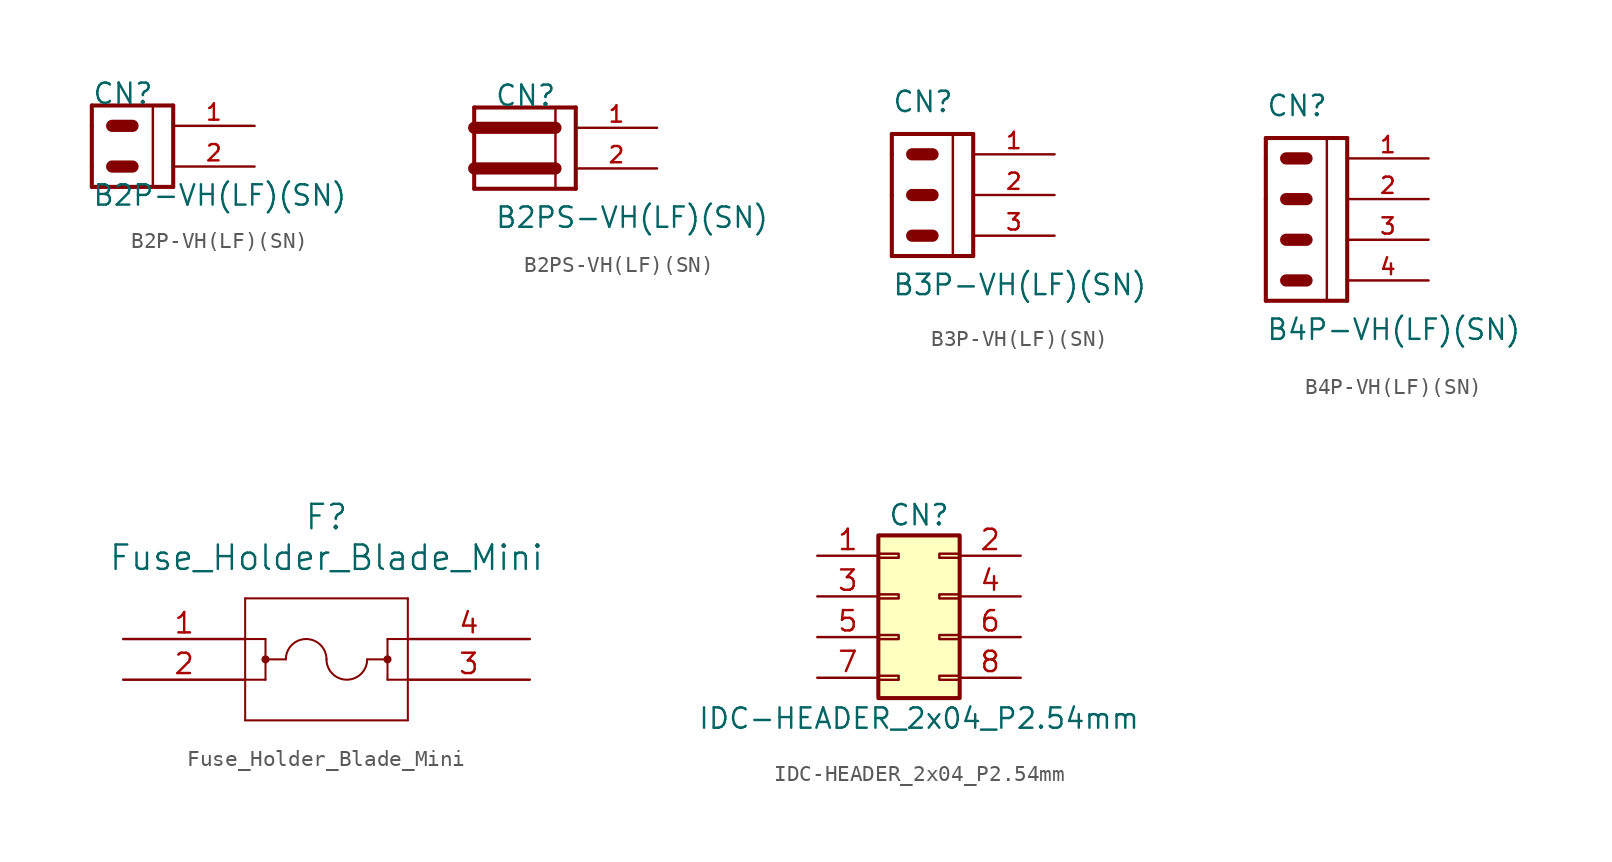
<source format=kicad_sym>
(kicad_symbol_lib
  (version 20231120)
  (generator "kicad_symbol_editor")
  (generator_version "8.0")
  (symbol "B2P-VH(LF)(SN)"
    (pin_names
      (offset 1.016) hide)
    (property "Reference" "CN"
      (at -2.54 2.54 0)
      (effects (font (size 1.27 1.27)) (justify left bottom)))
    (property "Value" "B2P-VH(LF)(SN)"
      (at -2.54 -3.81 0)
      (effects (font (size 1.27 1.27)) (justify left bottom)))
    (symbol "B2P-VH(LF)(SN)_0_0"
      (polyline (pts (xy -2.54 -2.54) (xy 2.54 -2.54)) (stroke (width 0.254) (type default)) (fill (type none)))
      (polyline (pts (xy -2.54 -1.27) (xy -2.54 -2.54)) (stroke (width 0.254) (type default)) (fill (type none)))
      (polyline (pts (xy -2.54 1.27) (xy -2.54 -1.27)) (stroke (width 0.254) (type default)) (fill (type none)))
      (polyline (pts (xy -2.54 2.54) (xy -2.54 1.27)) (stroke (width 0.254) (type default)) (fill (type none)))
      (polyline (pts (xy -1.27 -1.27) (xy 0 -1.27)) (stroke (width 0.762) (type default)) (fill (type none)))
      (polyline (pts (xy -1.27 1.27) (xy 0 1.27)) (stroke (width 0.762) (type default)) (fill (type none)))
      (polyline (pts (xy 2.54 -2.54) (xy 2.54 2.54)) (stroke (width 0.254) (type default)) (fill (type none)))
      (polyline (pts (xy 2.54 2.54) (xy -2.54 2.54)) (stroke (width 0.254) (type default)) (fill (type none)))
      (pin passive line (at 7.62 1.27 180) (length 5.08) (name "1" (effects (font (size 1.016 1.016)))) (number "1" (effects (font (size 1.016 1.016)))))
      (pin passive line (at 7.62 -1.27 180) (length 5.08) (name "2" (effects (font (size 1.016 1.016)))) (number "2" (effects (font (size 1.016 1.016))))))
    (symbol "B2P-VH(LF)(SN)_0_1"
      (polyline (pts (xy 1.27 2.54) (xy 1.27 -2.54)) (stroke (width 0) (type default)) (fill (type none)))))
  (symbol "B2PS-VH(LF)(SN)"
    (pin_names
      (offset 1.016) hide)
    (property "Reference" "CN"
      (at -2.54 2.54 0)
      (effects (font (size 1.27 1.27)) (justify left bottom)))
    (property "Value" "B2PS-VH(LF)(SN)"
      (at -2.54 -5.08 0)
      (effects (font (size 1.27 1.27)) (justify left bottom)))
    (symbol "B2PS-VH(LF)(SN)_0_0"
      (polyline (pts (xy -3.81 -2.54) (xy 2.54 -2.54)) (stroke (width 0.254) (type default)) (fill (type none)))
      (polyline (pts (xy -3.81 -1.27) (xy -3.81 -2.54)) (stroke (width 0.254) (type default)) (fill (type none)))
      (polyline (pts (xy -3.81 -1.27) (xy 1.27 -1.27)) (stroke (width 0.762) (type default)) (fill (type none)))
      (polyline (pts (xy -3.81 1.27) (xy -3.81 -1.27)) (stroke (width 0.254) (type default)) (fill (type none)))
      (polyline (pts (xy -3.81 1.27) (xy 1.27 1.27)) (stroke (width 0.762) (type default)) (fill (type none)))
      (polyline (pts (xy -3.81 2.54) (xy -3.81 1.27)) (stroke (width 0.254) (type default)) (fill (type none)))
      (polyline (pts (xy 2.54 -2.54) (xy 2.54 2.54)) (stroke (width 0.254) (type default)) (fill (type none)))
      (polyline (pts (xy 2.54 2.54) (xy -3.81 2.54)) (stroke (width 0.254) (type default)) (fill (type none)))
      (pin passive line (at 7.62 1.27 180) (length 5.08) (name "1" (effects (font (size 1.016 1.016)))) (number "1" (effects (font (size 1.016 1.016)))))
      (pin passive line (at 7.62 -1.27 180) (length 5.08) (name "2" (effects (font (size 1.016 1.016)))) (number "2" (effects (font (size 1.016 1.016))))))
    (symbol "B2PS-VH(LF)(SN)_0_1"
      (polyline (pts (xy 1.27 2.54) (xy 1.27 -2.54)) (stroke (width 0) (type default)) (fill (type none)))))
  (symbol "B3P-VH(LF)(SN)"
    (pin_names
      (offset 1.016) hide)
    (property "Reference" "CN"
      (at -2.54 3.81 0)
      (effects (font (size 1.27 1.27)) (justify left bottom)))
    (property "Value" "B3P-VH(LF)(SN)"
      (at -2.54 -7.62 0)
      (effects (font (size 1.27 1.27)) (justify left bottom)))
    (symbol "B3P-VH(LF)(SN)_0_0"
      (polyline (pts (xy -2.54 -1.27) (xy -2.54 -5.08)) (stroke (width 0.254) (type default)) (fill (type none)))
      (polyline (pts (xy -2.54 1.27) (xy -2.54 -1.27)) (stroke (width 0.254) (type default)) (fill (type none)))
      (polyline (pts (xy -2.54 2.54) (xy -2.54 1.27)) (stroke (width 0.254) (type default)) (fill (type none)))
      (polyline (pts (xy -1.27 -1.27) (xy 0 -1.27)) (stroke (width 0.762) (type default)) (fill (type none)))
      (polyline (pts (xy -1.27 1.27) (xy 0 1.27)) (stroke (width 0.762) (type default)) (fill (type none)))
      (polyline (pts (xy 2.54 -5.08) (xy 2.54 2.54)) (stroke (width 0.254) (type default)) (fill (type none)))
      (polyline (pts (xy 2.54 2.54) (xy -2.54 2.54)) (stroke (width 0.254) (type default)) (fill (type none)))
      (polyline (pts (xy -2.54 -5.08) (xy -1.27 -5.08) (xy 2.54 -5.08)) (stroke (width 0.254) (type default)) (fill (type none)))
      (pin passive line (at 7.62 1.27 180) (length 5.08) (name "1" (effects (font (size 1.016 1.016)))) (number "1" (effects (font (size 1.016 1.016)))))
      (pin passive line (at 7.62 -1.27 180) (length 5.08) (name "2" (effects (font (size 1.016 1.016)))) (number "2" (effects (font (size 1.016 1.016))))))
    (symbol "B3P-VH(LF)(SN)_0_1"
      (polyline (pts (xy 0 -3.81) (xy -1.27 -3.81)) (stroke (width 0.762) (type default)) (fill (type none)))
      (polyline (pts (xy 1.27 2.54) (xy 1.27 -5.08)) (stroke (width 0) (type default)) (fill (type none))))
    (symbol "B3P-VH(LF)(SN)_1_1"
      (pin passive line (at 7.62 -3.81 180) (length 5.08) (name "3" (effects (font (size 1.016 1.016)))) (number "3" (effects (font (size 1.016 1.016)))))))
  (symbol "B4P-VH(LF)(SN)"
    (pin_names
      (offset 1.016) hide)
    (property "Reference" "CN"
      (at -2.54 3.81 0)
      (effects (font (size 1.27 1.27)) (justify left bottom)))
    (property "Value" "B4P-VH(LF)(SN)"
      (at -2.54 -10.16 0)
      (effects (font (size 1.27 1.27)) (justify left bottom)))
    (symbol "B4P-VH(LF)(SN)_0_0"
      (polyline (pts (xy -2.54 -1.27) (xy -2.54 -7.62)) (stroke (width 0.254) (type default)) (fill (type none)))
      (polyline (pts (xy -2.54 1.27) (xy -2.54 -1.27)) (stroke (width 0.254) (type default)) (fill (type none)))
      (polyline (pts (xy -2.54 2.54) (xy -2.54 1.27)) (stroke (width 0.254) (type default)) (fill (type none)))
      (polyline (pts (xy -1.27 -1.27) (xy 0 -1.27)) (stroke (width 0.762) (type default)) (fill (type none)))
      (polyline (pts (xy -1.27 1.27) (xy 0 1.27)) (stroke (width 0.762) (type default)) (fill (type none)))
      (polyline (pts (xy 2.54 -7.62) (xy 2.54 2.54)) (stroke (width 0.254) (type default)) (fill (type none)))
      (polyline (pts (xy 2.54 2.54) (xy -2.54 2.54)) (stroke (width 0.254) (type default)) (fill (type none)))
      (polyline (pts (xy -2.54 -7.62) (xy -1.27 -7.62) (xy 2.54 -7.62)) (stroke (width 0.254) (type default)) (fill (type none)))
      (pin passive line (at 7.62 1.27 180) (length 5.08) (name "1" (effects (font (size 1.016 1.016)))) (number "1" (effects (font (size 1.016 1.016)))))
      (pin passive line (at 7.62 -1.27 180) (length 5.08) (name "2" (effects (font (size 1.016 1.016)))) (number "2" (effects (font (size 1.016 1.016))))))
    (symbol "B4P-VH(LF)(SN)_0_1"
      (polyline (pts (xy 0 -6.35) (xy -1.27 -6.35)) (stroke (width 0.762) (type default)) (fill (type none)))
      (polyline (pts (xy 0 -3.81) (xy -1.27 -3.81)) (stroke (width 0.762) (type default)) (fill (type none)))
      (polyline (pts (xy 1.27 2.54) (xy 1.27 -7.62)) (stroke (width 0) (type default)) (fill (type none))))
    (symbol "B4P-VH(LF)(SN)_1_1"
      (pin passive line (at 7.62 -3.81 180) (length 5.08) (name "3" (effects (font (size 1.016 1.016)))) (number "3" (effects (font (size 1.016 1.016)))))
      (pin passive line (at 7.62 -6.35 180) (length 5.08) (name "4" (effects (font (size 1.016 1.016)))) (number "4" (effects (font (size 1.016 1.016)))))))
  (symbol "Fuse_Holder_Blade_Mini"
    (pin_names
      (offset 0.254) hide)
    (property "Reference" "F"
      (at 12.7 7.62 0)
      (effects (font (size 1.524 1.524))))
    (property "Value" "Fuse_Holder_Blade_Mini"
      (at 12.7 5.08 0)
      (effects (font (size 1.524 1.524))))
    (symbol "Fuse_Holder_Blade_Mini_0_1"
      (polyline (pts (xy 7.62 -5.08) (xy 17.78 -5.08)) (stroke (width 0.127) (type default)) (fill (type none)))
      (polyline (pts (xy 7.62 -2.54) (xy 8.89 -2.54)) (stroke (width 0.127) (type default)) (fill (type none)))
      (polyline (pts (xy 7.62 0) (xy 8.89 0)) (stroke (width 0.127) (type default)) (fill (type none)))
      (polyline (pts (xy 7.62 2.54) (xy 7.62 -5.08)) (stroke (width 0.127) (type default)) (fill (type none)))
      (polyline (pts (xy 8.89 -1.27) (xy 10.16 -1.27)) (stroke (width 0.127) (type default)) (fill (type none)))
      (polyline (pts (xy 8.89 0) (xy 8.89 -2.54)) (stroke (width 0.127) (type default)) (fill (type none)))
      (polyline (pts (xy 15.24 -1.27) (xy 16.51 -1.27)) (stroke (width 0.127) (type default)) (fill (type none)))
      (polyline (pts (xy 16.51 -2.54) (xy 16.51 0)) (stroke (width 0.127) (type default)) (fill (type none)))
      (polyline (pts (xy 16.51 0) (xy 17.78 0)) (stroke (width 0.127) (type default)) (fill (type none)))
      (polyline (pts (xy 17.78 -5.08) (xy 17.78 2.54)) (stroke (width 0.127) (type default)) (fill (type none)))
      (polyline (pts (xy 17.78 -2.54) (xy 16.51 -2.54)) (stroke (width 0.127) (type default)) (fill (type none)))
      (polyline (pts (xy 17.78 2.54) (xy 7.62 2.54)) (stroke (width 0.127) (type default)) (fill (type none)))
      (circle (center 8.89 -1.27) (radius 0.127) (stroke (width 0.254) (type default)) (fill (type none)))
      (arc (start 12.7 -1.27) (mid 11.43 -0.0055) (end 10.16 -1.27) (stroke (width 0.127) (type default)) (fill (type none)))
      (arc (start 12.7 -1.27) (mid 13.97 -2.5345) (end 15.24 -1.27) (stroke (width 0.127) (type default)) (fill (type none)))
      (circle (center 16.51 -1.27) (radius 0.127) (stroke (width 0.254) (type default)) (fill (type none)))
      (pin passive line (at 0 0 0) (length 7.62) (name "1" (effects (font (size 1.27 1.27)))) (number "1" (effects (font (size 1.27 1.27)))))
      (pin passive line (at 0 -2.54 0) (length 7.62) (name "2" (effects (font (size 1.27 1.27)))) (number "2" (effects (font (size 1.27 1.27)))))
      (pin passive line (at 25.4 -2.54 180) (length 7.62) (name "3" (effects (font (size 1.27 1.27)))) (number "3" (effects (font (size 1.27 1.27)))))
      (pin passive line (at 25.4 0 180) (length 7.62) (name "4" (effects (font (size 1.27 1.27)))) (number "4" (effects (font (size 1.27 1.27)))))))
  (symbol "IDC-HEADER_2x04_P2.54mm"
    (pin_names
      (offset 1.016) hide)
    (property "Reference" "CN"
      (at 1.27 5.08 0)
      (effects (font (size 1.27 1.27))))
    (property "Value" "IDC-HEADER_2x04_P2.54mm"
      (at 1.27 -7.62 0)
      (effects (font (size 1.27 1.27))))
    (symbol "IDC-HEADER_2x04_P2.54mm_1_1"
      (rectangle (start -1.27 -4.953) (end 0 -5.207) (stroke (width 0.152) (type default)) (fill (type none)))
      (rectangle (start -1.27 -2.413) (end 0 -2.667) (stroke (width 0.152) (type default)) (fill (type none)))
      (rectangle (start -1.27 0.127) (end 0 -0.127) (stroke (width 0.152) (type default)) (fill (type none)))
      (rectangle (start -1.27 2.667) (end 0 2.413) (stroke (width 0.152) (type default)) (fill (type none)))
      (rectangle (start -1.27 3.81) (end 3.81 -6.35) (stroke (width 0.254) (type default)) (fill (type background)))
      (rectangle (start 3.81 -4.953) (end 2.54 -5.207) (stroke (width 0.152) (type default)) (fill (type none)))
      (rectangle (start 3.81 -2.413) (end 2.54 -2.667) (stroke (width 0.152) (type default)) (fill (type none)))
      (rectangle (start 3.81 0.127) (end 2.54 -0.127) (stroke (width 0.152) (type default)) (fill (type none)))
      (rectangle (start 3.81 2.667) (end 2.54 2.413) (stroke (width 0.152) (type default)) (fill (type none)))
      (pin passive line (at -5.08 2.54 0) (length 3.81) (name "Pin_1" (effects (font (size 1.27 1.27)))) (number "1" (effects (font (size 1.27 1.27)))))
      (pin passive line (at 7.62 2.54 180) (length 3.81) (name "Pin_2" (effects (font (size 1.27 1.27)))) (number "2" (effects (font (size 1.27 1.27)))))
      (pin passive line (at -5.08 0 0) (length 3.81) (name "Pin_3" (effects (font (size 1.27 1.27)))) (number "3" (effects (font (size 1.27 1.27)))))
      (pin passive line (at 7.62 0 180) (length 3.81) (name "Pin_4" (effects (font (size 1.27 1.27)))) (number "4" (effects (font (size 1.27 1.27)))))
      (pin passive line (at -5.08 -2.54 0) (length 3.81) (name "Pin_5" (effects (font (size 1.27 1.27)))) (number "5" (effects (font (size 1.27 1.27)))))
      (pin passive line (at 7.62 -2.54 180) (length 3.81) (name "Pin_6" (effects (font (size 1.27 1.27)))) (number "6" (effects (font (size 1.27 1.27)))))
      (pin passive line (at -5.08 -5.08 0) (length 3.81) (name "Pin_7" (effects (font (size 1.27 1.27)))) (number "7" (effects (font (size 1.27 1.27)))))
      (pin passive line (at 7.62 -5.08 180) (length 3.81) (name "Pin_8" (effects (font (size 1.27 1.27)))) (number "8" (effects (font (size 1.27 1.27))))))))
</source>
